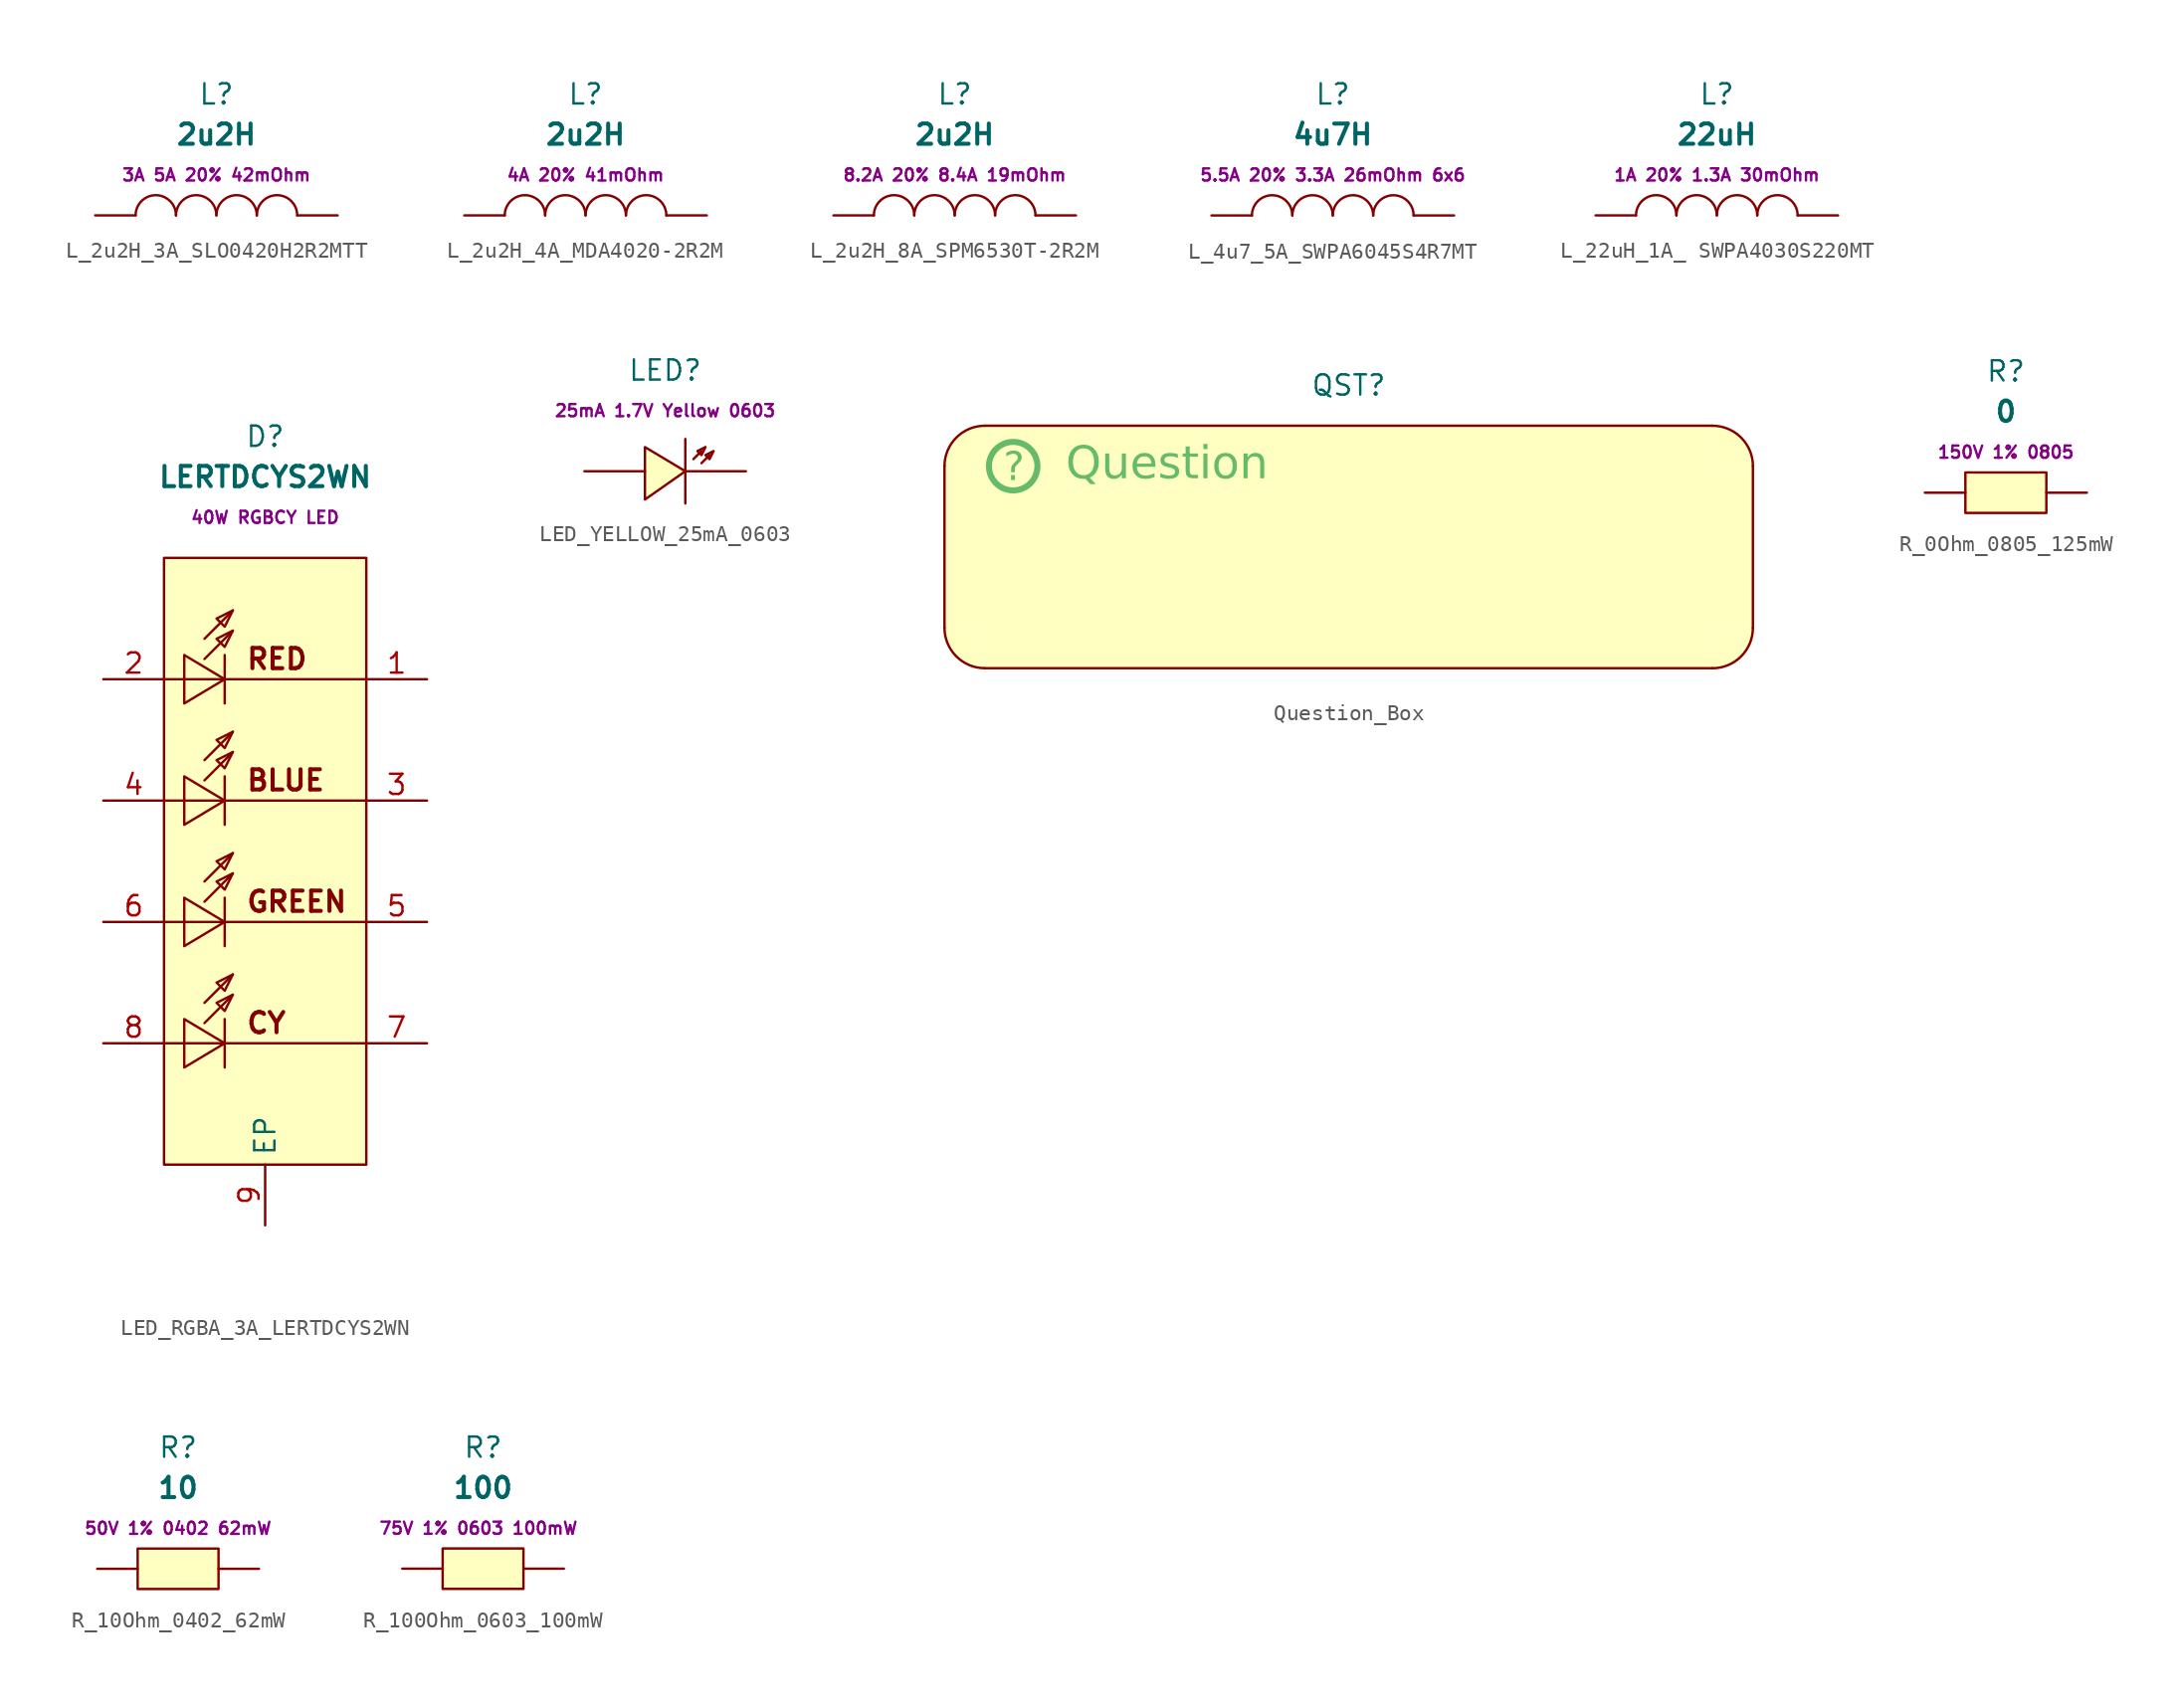
<source format=kicad_sym>
(kicad_symbol_lib
  (version 20231120)
  (generator "kicad_symbol_editor")
  (generator_version "8.0")
  (symbol "L_2u2H_3A_SLO0420H2R2MTT"
    (pin_numbers hide)
    (pin_names hide)
    (property "Reference" "L"
      (at 0 7.62 0)
      (effects (font (size 1.27 1.27))))
    (property "Value" "2u2H"
      (at 0 5.08 0)
      (effects (font (size 1.27 1.27) (bold yes))))
    (property "Extra Values" "3A 5A 20% 42mOhm"
      (at 0 2.54 0)
      (effects (font (size 0.762 0.762) (bold yes))))
    (symbol "L_2u2H_3A_SLO0420H2R2MTT_0_1"
      (arc (start -2.54 0) (mid -3.81 1.27) (end -5.08 0) (stroke (width 0) (type default)) (fill (type none)))
      (arc (start 0 0) (mid -1.27 1.27) (end -2.54 0) (stroke (width 0) (type default)) (fill (type none)))
      (arc (start 2.54 0) (mid 1.27 1.27) (end 0 0) (stroke (width 0) (type default)) (fill (type none)))
      (arc (start 5.08 0) (mid 3.81 1.27) (end 2.54 0) (stroke (width 0) (type default)) (fill (type none))))
    (symbol "L_2u2H_3A_SLO0420H2R2MTT_1_1"
      (pin passive line (at -7.62 0 0) (length 2.54) (name "1" (effects (font (size 1.27 1.27)))) (number "1" (effects (font (size 1.27 1.27)))))
      (pin passive line (at 7.62 0 180) (length 2.54) (name "2" (effects (font (size 1.27 1.27)))) (number "2" (effects (font (size 1.27 1.27)))))))
  (symbol "L_2u2H_4A_MDA4020-2R2M"
    (pin_numbers hide)
    (pin_names hide)
    (property "Reference" "L"
      (at 0 7.62 0)
      (effects (font (size 1.27 1.27))))
    (property "Value" "2u2H"
      (at 0 5.08 0)
      (effects (font (size 1.27 1.27) (bold yes))))
    (property "Extra Values" "4A 20% 41mOhm"
      (at 0 2.54 0)
      (effects (font (size 0.762 0.762) (bold yes))))
    (symbol "L_2u2H_4A_MDA4020-2R2M_0_1"
      (arc (start -2.54 0) (mid -3.81 1.27) (end -5.08 0) (stroke (width 0) (type default)) (fill (type none)))
      (arc (start 0 0) (mid -1.27 1.27) (end -2.54 0) (stroke (width 0) (type default)) (fill (type none)))
      (arc (start 2.54 0) (mid 1.27 1.27) (end 0 0) (stroke (width 0) (type default)) (fill (type none)))
      (arc (start 5.08 0) (mid 3.81 1.27) (end 2.54 0) (stroke (width 0) (type default)) (fill (type none))))
    (symbol "L_2u2H_4A_MDA4020-2R2M_1_1"
      (pin passive line (at -7.62 0 0) (length 2.54) (name "1" (effects (font (size 1.27 1.27)))) (number "1" (effects (font (size 1.27 1.27)))))
      (pin passive line (at 7.62 0 180) (length 2.54) (name "2" (effects (font (size 1.27 1.27)))) (number "2" (effects (font (size 1.27 1.27)))))))
  (symbol "L_2u2H_8A_SPM6530T-2R2M"
    (pin_numbers hide)
    (pin_names hide)
    (property "Reference" "L"
      (at 0 7.62 0)
      (effects (font (size 1.27 1.27))))
    (property "Value" "2u2H"
      (at 0 5.08 0)
      (effects (font (size 1.27 1.27) (bold yes))))
    (property "Extra Values" "8.2A 20% 8.4A 19mOhm"
      (at 0 2.54 0)
      (effects (font (size 0.762 0.762) (bold yes))))
    (symbol "L_2u2H_8A_SPM6530T-2R2M_0_1"
      (arc (start -2.54 0) (mid -3.81 1.27) (end -5.08 0) (stroke (width 0) (type default)) (fill (type none)))
      (arc (start 0 0) (mid -1.27 1.27) (end -2.54 0) (stroke (width 0) (type default)) (fill (type none)))
      (arc (start 2.54 0) (mid 1.27 1.27) (end 0 0) (stroke (width 0) (type default)) (fill (type none)))
      (arc (start 5.08 0) (mid 3.81 1.27) (end 2.54 0) (stroke (width 0) (type default)) (fill (type none))))
    (symbol "L_2u2H_8A_SPM6530T-2R2M_1_1"
      (pin passive line (at -7.62 0 0) (length 2.54) (name "1" (effects (font (size 1.27 1.27)))) (number "1" (effects (font (size 1.27 1.27)))))
      (pin passive line (at 7.62 0 180) (length 2.54) (name "2" (effects (font (size 1.27 1.27)))) (number "2" (effects (font (size 1.27 1.27)))))))
  (symbol "L_4u7_5A_SWPA6045S4R7MT"
    (pin_numbers hide)
    (pin_names hide)
    (property "Reference" "L"
      (at 0 7.62 0)
      (effects (font (size 1.27 1.27))))
    (property "Value" "4u7H"
      (at 0 5.08 0)
      (effects (font (size 1.27 1.27) (bold yes))))
    (property "Extra Values" "5.5A 20% 3.3A 26mOhm 6x6"
      (at 0 2.54 0)
      (effects (font (size 0.762 0.762) (bold yes))))
    (symbol "L_4u7_5A_SWPA6045S4R7MT_0_1"
      (arc (start -2.54 0) (mid -3.81 1.27) (end -5.08 0) (stroke (width 0) (type default)) (fill (type none)))
      (arc (start 0 0) (mid -1.27 1.27) (end -2.54 0) (stroke (width 0) (type default)) (fill (type none)))
      (arc (start 2.54 0) (mid 1.27 1.27) (end 0 0) (stroke (width 0) (type default)) (fill (type none)))
      (arc (start 5.08 0) (mid 3.81 1.27) (end 2.54 0) (stroke (width 0) (type default)) (fill (type none))))
    (symbol "L_4u7_5A_SWPA6045S4R7MT_1_1"
      (pin passive line (at -7.62 0 0) (length 2.54) (name "1" (effects (font (size 1.27 1.27)))) (number "1" (effects (font (size 1.27 1.27)))))
      (pin passive line (at 7.62 0 180) (length 2.54) (name "2" (effects (font (size 1.27 1.27)))) (number "2" (effects (font (size 1.27 1.27)))))))
  (symbol "L_22uH_1A_ SWPA4030S220MT"
    (pin_numbers hide)
    (pin_names hide)
    (property "Reference" "L"
      (at 0 7.62 0)
      (effects (font (size 1.27 1.27))))
    (property "Value" "22uH"
      (at 0 5.08 0)
      (effects (font (size 1.27 1.27) (bold yes))))
    (property "Extra Values" "1A 20% 1.3A 30mOhm"
      (at 0 2.54 0)
      (effects (font (size 0.762 0.762) (bold yes))))
    (symbol "L_22uH_1A_ SWPA4030S220MT_0_1"
      (arc (start -2.54 0) (mid -3.81 1.27) (end -5.08 0) (stroke (width 0) (type default)) (fill (type none)))
      (arc (start 0 0) (mid -1.27 1.27) (end -2.54 0) (stroke (width 0) (type default)) (fill (type none)))
      (arc (start 2.54 0) (mid 1.27 1.27) (end 0 0) (stroke (width 0) (type default)) (fill (type none)))
      (arc (start 5.08 0) (mid 3.81 1.27) (end 2.54 0) (stroke (width 0) (type default)) (fill (type none))))
    (symbol "L_22uH_1A_ SWPA4030S220MT_1_1"
      (pin passive line (at -7.62 0 0) (length 2.54) (name "1" (effects (font (size 1.27 1.27)))) (number "1" (effects (font (size 1.27 1.27)))))
      (pin passive line (at 7.62 0 180) (length 2.54) (name "2" (effects (font (size 1.27 1.27)))) (number "2" (effects (font (size 1.27 1.27)))))))
  (symbol "LED_RGBA_3A_LERTDCYS2WN"
    (property "Reference" "D"
      (at 0 25.4 0)
      (effects (font (size 1.27 1.27))))
    (property "Value" "LERTDCYS2WN"
      (at 0 22.86 0)
      (effects (font (size 1.27 1.27) (bold yes))))
    (property "Extra Value" "40W RGBCY LED"
      (at 0 20.32 0)
      (effects (font (size 0.762 0.762) (bold yes))))
    (symbol "LED_RGBA_3A_LERTDCYS2WN_0_1"
      (rectangle (start -6.35 17.78) (end 6.35 -20.32) (stroke (width 0) (type default)) (fill (type background)))
      (polyline (pts (xy -6.35 -12.7) (xy 6.35 -12.7)) (stroke (width 0) (type default)) (fill (type none)))
      (polyline (pts (xy -6.35 -5.08) (xy 6.35 -5.08)) (stroke (width 0) (type default)) (fill (type none)))
      (polyline (pts (xy -6.35 2.54) (xy 6.35 2.54)) (stroke (width 0) (type default)) (fill (type none)))
      (polyline (pts (xy -6.35 10.16) (xy 6.35 10.16)) (stroke (width 0) (type default)) (fill (type none)))
      (polyline (pts (xy -3.81 -11.43) (xy -2.03 -9.65)) (stroke (width 0) (type default)) (fill (type none)))
      (polyline (pts (xy -3.81 -10.16) (xy -2.03 -8.38)) (stroke (width 0) (type default)) (fill (type none)))
      (polyline (pts (xy -3.81 -3.81) (xy -2.03 -2.03)) (stroke (width 0) (type default)) (fill (type none)))
      (polyline (pts (xy -3.81 -2.54) (xy -2.03 -0.76)) (stroke (width 0) (type default)) (fill (type none)))
      (polyline (pts (xy -3.81 3.81) (xy -2.03 5.59)) (stroke (width 0) (type default)) (fill (type none)))
      (polyline (pts (xy -3.81 5.08) (xy -2.03 6.86)) (stroke (width 0) (type default)) (fill (type none)))
      (polyline (pts (xy -3.81 11.43) (xy -2.03 13.21)) (stroke (width 0) (type default)) (fill (type none)))
      (polyline (pts (xy -3.81 12.7) (xy -2.03 14.48)) (stroke (width 0) (type default)) (fill (type none)))
      (polyline (pts (xy -2.54 -11.18) (xy -2.54 -14.22)) (stroke (width 0) (type default)) (fill (type none)))
      (polyline (pts (xy -2.54 -3.56) (xy -2.54 -6.6)) (stroke (width 0) (type default)) (fill (type none)))
      (polyline (pts (xy -2.54 4.06) (xy -2.54 1.02)) (stroke (width 0) (type default)) (fill (type none)))
      (polyline (pts (xy -2.54 11.68) (xy -2.54 8.64)) (stroke (width 0) (type default)) (fill (type none)))
      (polyline (pts (xy -5.08 -14.22) (xy -2.54 -12.7) (xy -5.08 -11.18) (xy -5.08 -14.22)) (stroke (width 0) (type default)) (fill (type background)))
      (polyline (pts (xy -5.08 -6.6) (xy -2.54 -5.08) (xy -5.08 -3.56) (xy -5.08 -6.6)) (stroke (width 0) (type default)) (fill (type background)))
      (polyline (pts (xy -5.08 1.02) (xy -2.54 2.54) (xy -5.08 4.06) (xy -5.08 1.02)) (stroke (width 0) (type default)) (fill (type background)))
      (polyline (pts (xy -5.08 8.64) (xy -2.54 10.16) (xy -5.08 11.68) (xy -5.08 8.64)) (stroke (width 0) (type default)) (fill (type background)))
      (polyline (pts (xy -2.03 -9.65) (xy -3.05 -10.16) (xy -2.54 -10.67) (xy -2.03 -9.65)) (stroke (width 0) (type default)) (fill (type background)))
      (polyline (pts (xy -2.03 -8.38) (xy -3.05 -8.89) (xy -2.54 -9.4) (xy -2.03 -8.38)) (stroke (width 0) (type default)) (fill (type background)))
      (polyline (pts (xy -2.03 -2.03) (xy -3.05 -2.54) (xy -2.54 -3.05) (xy -2.03 -2.03)) (stroke (width 0) (type default)) (fill (type background)))
      (polyline (pts (xy -2.03 -0.76) (xy -3.05 -1.27) (xy -2.54 -1.78) (xy -2.03 -0.76)) (stroke (width 0) (type default)) (fill (type background)))
      (polyline (pts (xy -2.03 5.59) (xy -3.05 5.08) (xy -2.54 4.57) (xy -2.03 5.59)) (stroke (width 0) (type default)) (fill (type background)))
      (polyline (pts (xy -2.03 6.86) (xy -3.05 6.35) (xy -2.54 5.84) (xy -2.03 6.86)) (stroke (width 0) (type default)) (fill (type background)))
      (polyline (pts (xy -2.03 13.21) (xy -3.05 12.7) (xy -2.54 12.19) (xy -2.03 13.21)) (stroke (width 0) (type default)) (fill (type background)))
      (polyline (pts (xy -2.03 14.48) (xy -3.05 13.97) (xy -2.54 13.46) (xy -2.03 14.48)) (stroke (width 0) (type default)) (fill (type background))))
    (symbol "LED_RGBA_3A_LERTDCYS2WN_1_1"
      (text "BLUE" (at -1.27 3.81 0) (effects (font (size 1.27 1.27) (bold yes)) (justify left)))
      (text "CY" (at -1.27 -11.43 0) (effects (font (size 1.27 1.27) (bold yes)) (justify left)))
      (text "GREEN" (at -1.27 -3.81 0) (effects (font (size 1.27 1.27) (bold yes)) (justify left)))
      (text "RED" (at -1.27 11.43 0) (effects (font (size 1.27 1.27) (bold yes)) (justify left)))
      (pin passive line (at 10.16 10.16 180) (length 3.81) (name "" (effects (font (size 1.27 1.27)))) (number "1" (effects (font (size 1.27 1.27)))))
      (pin passive line (at -10.16 10.16 0) (length 3.81) (name "" (effects (font (size 1.27 1.27)))) (number "2" (effects (font (size 1.27 1.27)))))
      (pin passive line (at 10.16 2.54 180) (length 3.81) (name "" (effects (font (size 1.27 1.27)))) (number "3" (effects (font (size 1.27 1.27)))))
      (pin passive line (at -10.16 2.54 0) (length 3.81) (name "" (effects (font (size 1.27 1.27)))) (number "4" (effects (font (size 1.27 1.27)))))
      (pin passive line (at 10.16 -5.08 180) (length 3.81) (name "" (effects (font (size 1.27 1.27)))) (number "5" (effects (font (size 1.27 1.27)))))
      (pin passive line (at -10.16 -5.08 0) (length 3.81) (name "" (effects (font (size 1.27 1.27)))) (number "6" (effects (font (size 1.27 1.27)))))
      (pin passive line (at 10.16 -12.7 180) (length 3.81) (name "" (effects (font (size 1.27 1.27)))) (number "7" (effects (font (size 1.27 1.27)))))
      (pin passive line (at -10.16 -12.7 0) (length 3.81) (name "" (effects (font (size 1.27 1.27)))) (number "8" (effects (font (size 1.27 1.27)))))
      (pin passive line (at 0 -24.13 90) (length 3.81) (name "EP" (effects (font (size 1.27 1.27)))) (number "9" (effects (font (size 1.27 1.27)))))))
  (symbol "LED_YELLOW_25mA_0603"
    (pin_numbers hide)
    (pin_names hide)
    (property "Reference" "LED"
      (at 0 6.35 0)
      (effects (font (size 1.27 1.27))))
    (property "Extra Values" "25mA 1.7V Yellow 0603"
      (at 0 3.81 0)
      (effects (font (size 0.762 0.762) (bold yes))))
    (symbol "LED_YELLOW_25mA_0603_0_1"
      (polyline (pts (xy 1.27 -2.03) (xy 1.27 2.03)) (stroke (width 0) (type default)) (fill (type none)))
      (polyline (pts (xy 1.778 0.762) (xy 2.286 1.27)) (stroke (width 0) (type default)) (fill (type none)))
      (polyline (pts (xy 2.286 0.508) (xy 2.794 1.016)) (stroke (width 0) (type default)) (fill (type none)))
      (polyline (pts (xy -1.27 1.52) (xy 1.27 0) (xy -1.27 -1.78) (xy -1.27 1.52)) (stroke (width 0) (type default)) (fill (type background)))
      (polyline (pts (xy 2.54 1.524) (xy 2.286 1.016) (xy 2.032 1.27) (xy 2.54 1.524)) (stroke (width 0) (type default)) (fill (type background)))
      (polyline (pts (xy 3.048 1.27) (xy 2.794 0.762) (xy 2.54 1.016) (xy 3.048 1.27)) (stroke (width 0) (type default)) (fill (type background))))
    (symbol "LED_YELLOW_25mA_0603_1_1"
      (pin passive line (at 5.08 0 180) (length 3.81) (name "K" (effects (font (size 1.27 1.27)))) (number "1" (effects (font (size 1.27 1.27)))))
      (pin passive line (at -5.08 0 0) (length 3.81) (name "A" (effects (font (size 1.27 1.27)))) (number "2" (effects (font (size 1.27 1.27)))))))
  (symbol "Question_Box"
    (pin_numbers hide)
    (pin_names
      (offset 0) hide)
    (property "Reference" "QST"
      (at 0 10.16 0)
      (effects (font (size 1.27 1.27))))
    (property "Value" ""
      (at -14.478 3.81 0)
      (effects (font (size 1.27 1.27))))
    (symbol "Question_Box_1_1"
      (arc (start -25.3998 -5.0798) (mid -24.6559 -6.8759) (end -22.8598 -7.6198) (stroke (width 0) (type default)) (fill (type background)))
      (rectangle (start -25.4 5.08) (end 25.4 -5.08) (stroke (width -0.0001) (type default)) (fill (type background)))
      (arc (start -22.86 7.62) (mid -24.6561 6.8761) (end -25.4 5.08) (stroke (width 0) (type default)) (fill (type background)))
      (rectangle (start -22.86 7.62) (end 22.86 -7.62) (stroke (width -0.0001) (type default)) (fill (type background)))
      (circle (center -21.082 5.08) (radius 1.524) (stroke (width 0.381) (type default) (color 102 187 106 1)) (fill (type none)))
      (polyline (pts (xy -25.4 5.08) (xy -25.4 -5.08)) (stroke (width 0) (type default)) (fill (type none)))
      (polyline (pts (xy -22.86 -7.62) (xy 22.86 -7.62)) (stroke (width 0) (type default)) (fill (type none)))
      (polyline (pts (xy 22.86 7.62) (xy -22.86 7.62)) (stroke (width 0) (type default)) (fill (type none)))
      (polyline (pts (xy 25.4 -5.08) (xy 25.4 5.08)) (stroke (width 0) (type default)) (fill (type none)))
      (arc (start 22.86 -7.62) (mid 24.6561 -6.8761) (end 25.4 -5.08) (stroke (width 0) (type default)) (fill (type background)))
      (arc (start 25.4 5.08) (mid 24.6561 6.8761) (end 22.86 7.62) (stroke (width 0) (type default)) (fill (type background)))
      (text "?" (at -21.033 4.95 0) (effects (font (face "ING Me Headline") (size 1.778 1.778) (color 102 187 106 1))))
      (text "Question" (at -17.78 6.35 0) (effects (font (face "ING Me Headline") (size 2.032 2.032) (color 102 187 106 1)) (justify left top)))))
  (symbol "R_0Ohm_0805_125mW"
    (pin_numbers hide)
    (pin_names hide)
    (property "Reference" "R"
      (at 0 7.62 0)
      (effects (font (size 1.27 1.27))))
    (property "Value" "0"
      (at 0 5.08 0)
      (effects (font (size 1.27 1.27) (bold yes))))
    (property "Extra Values" "150V 1% 0805"
      (at 0 2.54 0)
      (effects (font (size 0.762 0.762) (bold yes))))
    (symbol "R_0Ohm_0805_125mW_0_1"
      (rectangle (start -2.54 1.27) (end 2.54 -1.27) (stroke (width 0) (type default)) (fill (type background))))
    (symbol "R_0Ohm_0805_125mW_1_1"
      (pin passive line (at -5.08 0 0) (length 2.54) (name "1" (effects (font (size 1.27 1.27)))) (number "1" (effects (font (size 1.27 1.27)))))
      (pin passive line (at 5.08 0 180) (length 2.54) (name "2" (effects (font (size 1.27 1.27)))) (number "2" (effects (font (size 1.27 1.27)))))))
  (symbol "R_10Ohm_0402_62mW"
    (pin_numbers hide)
    (pin_names hide)
    (property "Reference" "R"
      (at 0 7.62 0)
      (effects (font (size 1.27 1.27))))
    (property "Value" "10"
      (at 0 5.08 0)
      (effects (font (size 1.27 1.27) (bold yes))))
    (property "Extra Values" "50V 1% 0402 62mW"
      (at 0 2.54 0)
      (effects (font (size 0.762 0.762) (bold yes))))
    (symbol "R_10Ohm_0402_62mW_0_1"
      (rectangle (start -2.54 1.27) (end 2.54 -1.27) (stroke (width 0) (type default)) (fill (type background))))
    (symbol "R_10Ohm_0402_62mW_1_1"
      (pin passive line (at -5.08 0 0) (length 2.54) (name "1" (effects (font (size 1.27 1.27)))) (number "1" (effects (font (size 1.27 1.27)))))
      (pin passive line (at 5.08 0 180) (length 2.54) (name "2" (effects (font (size 1.27 1.27)))) (number "2" (effects (font (size 1.27 1.27)))))))
  (symbol "R_100Ohm_0603_100mW"
    (pin_numbers hide)
    (pin_names hide)
    (property "Reference" "R"
      (at 0 7.62 0)
      (effects (font (size 1.27 1.27))))
    (property "Value" "100"
      (at 0 5.08 0)
      (effects (font (size 1.27 1.27) (bold yes))))
    (property "Extra Values" "75V 1% 0603 100mW "
      (at 0 2.54 0)
      (effects (font (size 0.762 0.762) (bold yes))))
    (symbol "R_100Ohm_0603_100mW_0_1"
      (rectangle (start -2.54 1.27) (end 2.54 -1.27) (stroke (width 0) (type default)) (fill (type background))))
    (symbol "R_100Ohm_0603_100mW_1_1"
      (pin passive line (at -5.08 0 0) (length 2.54) (name "1" (effects (font (size 1.27 1.27)))) (number "1" (effects (font (size 1.27 1.27)))))
      (pin passive line (at 5.08 0 180) (length 2.54) (name "2" (effects (font (size 1.27 1.27)))) (number "2" (effects (font (size 1.27 1.27))))))))
</source>
